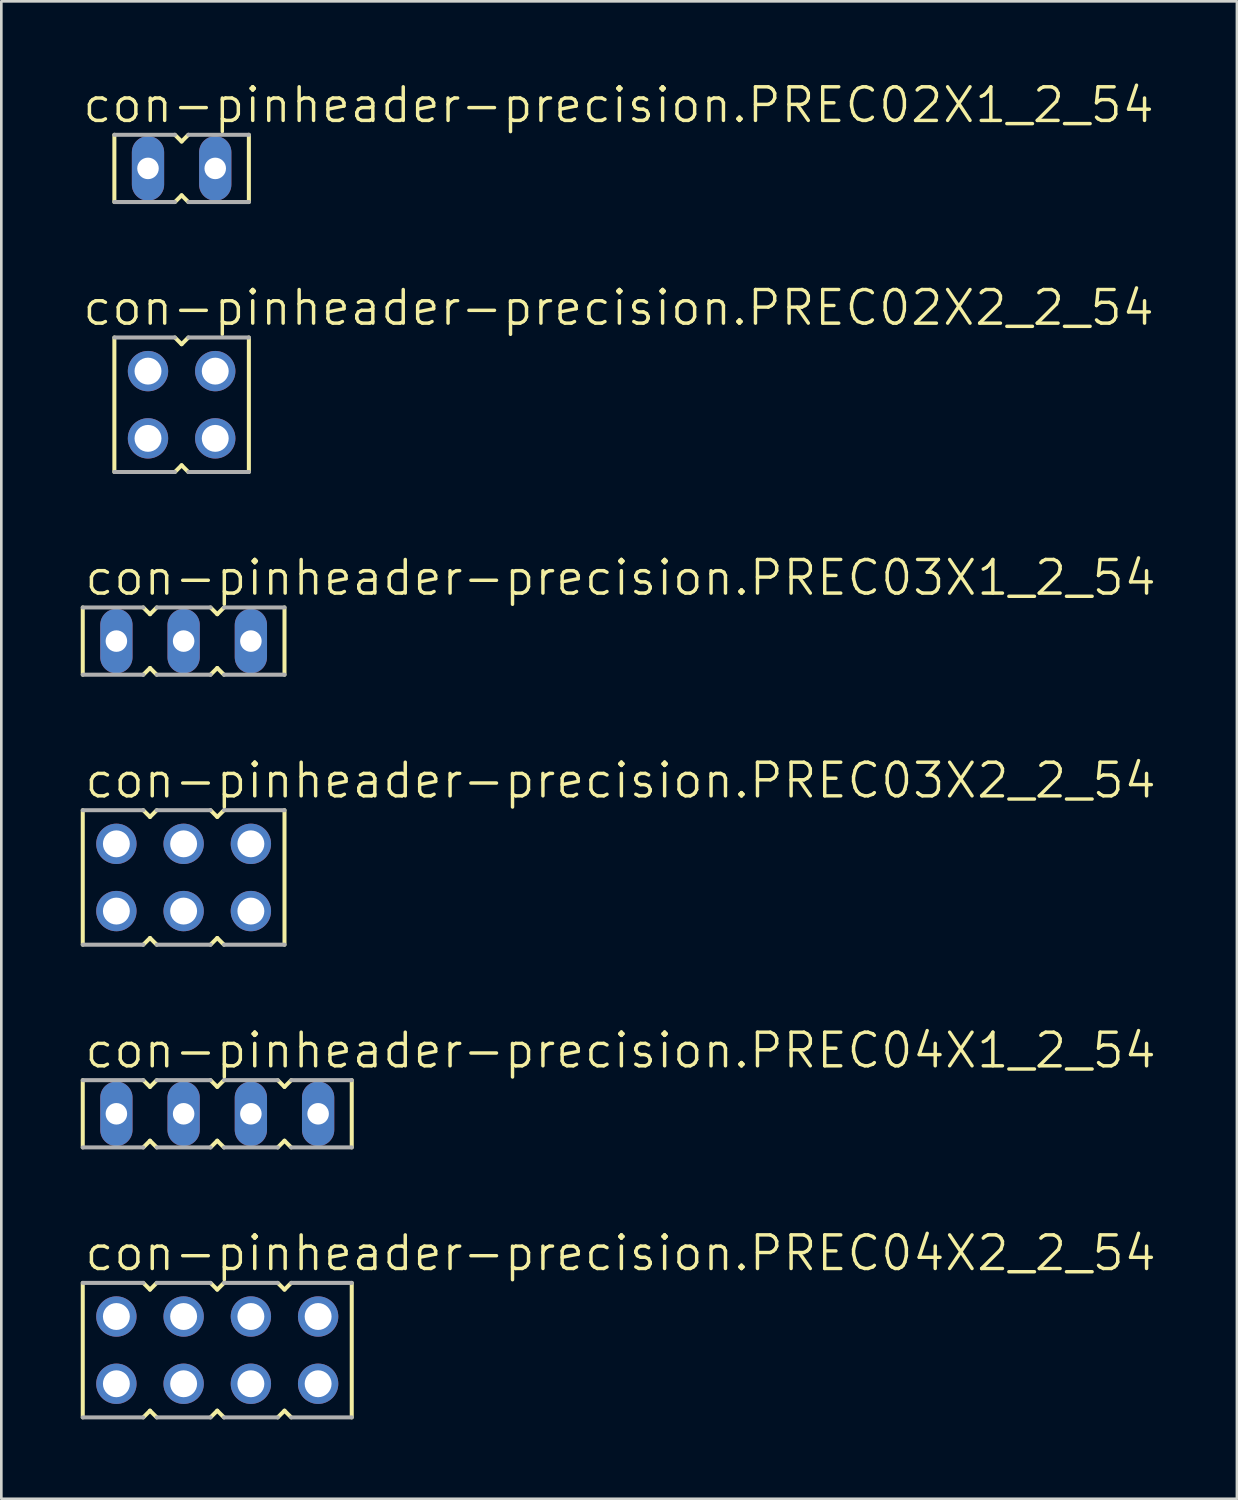
<source format=kicad_pcb>
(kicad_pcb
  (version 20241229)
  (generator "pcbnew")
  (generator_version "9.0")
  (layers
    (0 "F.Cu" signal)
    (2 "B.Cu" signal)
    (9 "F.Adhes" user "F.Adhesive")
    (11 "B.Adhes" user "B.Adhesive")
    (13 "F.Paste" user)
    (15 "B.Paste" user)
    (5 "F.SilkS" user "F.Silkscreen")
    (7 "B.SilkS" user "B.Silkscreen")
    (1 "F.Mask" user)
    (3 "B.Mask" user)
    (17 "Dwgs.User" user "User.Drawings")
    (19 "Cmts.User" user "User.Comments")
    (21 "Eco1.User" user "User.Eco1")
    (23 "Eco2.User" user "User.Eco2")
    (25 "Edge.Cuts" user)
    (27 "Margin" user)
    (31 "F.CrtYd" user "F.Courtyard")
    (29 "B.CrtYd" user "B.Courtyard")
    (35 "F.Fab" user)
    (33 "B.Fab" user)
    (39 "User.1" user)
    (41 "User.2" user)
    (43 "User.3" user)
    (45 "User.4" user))
  (footprint "con-pinheader-precision.PREC04X2_2_54"
    (layer "F.Cu")
    (at 5.156 47.947)
    (property "Reference" "con-pinheader-precision.PREC04X2_2_54" (at -5.08 -2.921 0) (layer "F.SilkS") (effects (font (size 1.27 1.27) (thickness 0.13)) (justify left bottom)))
    (attr through_hole)
    (fp_line (start -5.08 -2.54) (end -5.08 2.54) (stroke (width 0.152) (type default)) (layer "F.SilkS"))
    (fp_line (start -2.794 2.54) (end -2.54 2.286) (stroke (width 0.152) (type default)) (layer "F.SilkS"))
    (fp_line (start -2.54 -2.286) (end -2.794 -2.54) (stroke (width 0.152) (type default)) (layer "F.SilkS"))
    (fp_line (start -2.54 2.286) (end -2.286 2.54) (stroke (width 0.152) (type default)) (layer "F.SilkS"))
    (fp_line (start -2.286 -2.54) (end -2.54 -2.286) (stroke (width 0.152) (type default)) (layer "F.SilkS"))
    (fp_line (start -0.254 2.54) (end 0 2.286) (stroke (width 0.152) (type default)) (layer "F.SilkS"))
    (fp_line (start 0 -2.286) (end -0.254 -2.54) (stroke (width 0.152) (type default)) (layer "F.SilkS"))
    (fp_line (start 0 2.286) (end 0.254 2.54) (stroke (width 0.152) (type default)) (layer "F.SilkS"))
    (fp_line (start 0.254 -2.54) (end 0 -2.286) (stroke (width 0.152) (type default)) (layer "F.SilkS"))
    (fp_line (start 2.286 2.54) (end 2.54 2.286) (stroke (width 0.152) (type default)) (layer "F.SilkS"))
    (fp_line (start 2.54 -2.286) (end 2.286 -2.54) (stroke (width 0.152) (type default)) (layer "F.SilkS"))
    (fp_line (start 2.54 2.286) (end 2.794 2.54) (stroke (width 0.152) (type default)) (layer "F.SilkS"))
    (fp_line (start 2.794 -2.54) (end 2.54 -2.286) (stroke (width 0.152) (type default)) (layer "F.SilkS"))
    (fp_line (start 5.08 2.54) (end 5.08 -2.54) (stroke (width 0.152) (type default)) (layer "F.SilkS"))
    (fp_line (start -5.08 2.54) (end -2.794 2.54) (stroke (width 0.152) (type default)) (layer "F.Fab"))
    (fp_line (start -2.794 -2.54) (end -5.08 -2.54) (stroke (width 0.152) (type default)) (layer "F.Fab"))
    (fp_line (start -2.286 2.54) (end -0.254 2.54) (stroke (width 0.152) (type default)) (layer "F.Fab"))
    (fp_line (start -0.254 -2.54) (end -2.286 -2.54) (stroke (width 0.152) (type default)) (layer "F.Fab"))
    (fp_line (start 0.254 2.54) (end 2.286 2.54) (stroke (width 0.152) (type default)) (layer "F.Fab"))
    (fp_line (start 2.286 -2.54) (end 0.254 -2.54) (stroke (width 0.152) (type default)) (layer "F.Fab"))
    (fp_line (start 2.794 2.54) (end 5.08 2.54) (stroke (width 0.152) (type default)) (layer "F.Fab"))
    (fp_line (start 5.08 -2.54) (end 2.794 -2.54) (stroke (width 0.152) (type default)) (layer "F.Fab"))
    (pad "1" thru_hole circle (at -3.81 -1.27 180) (size 1.524 1.524) (drill 1.016) (layers "*.Cu" "*.Mask"))
    (pad "2" thru_hole circle (at -3.81 1.27 180) (size 1.524 1.524) (drill 1.016) (layers "*.Cu" "*.Mask"))
    (pad "3" thru_hole circle (at -1.27 -1.27 180) (size 1.524 1.524) (drill 1.016) (layers "*.Cu" "*.Mask"))
    (pad "4" thru_hole circle (at -1.27 1.27 180) (size 1.524 1.524) (drill 1.016) (layers "*.Cu" "*.Mask"))
    (pad "5" thru_hole circle (at 1.27 -1.27 180) (size 1.524 1.524) (drill 1.016) (layers "*.Cu" "*.Mask"))
    (pad "6" thru_hole circle (at 1.27 1.27 180) (size 1.524 1.524) (drill 1.016) (layers "*.Cu" "*.Mask"))
    (pad "7" thru_hole circle (at 3.81 -1.27 180) (size 1.524 1.524) (drill 1.016) (layers "*.Cu" "*.Mask"))
    (pad "8" thru_hole circle (at 3.81 1.27 180) (size 1.524 1.524) (drill 1.016) (layers "*.Cu" "*.Mask")))
  (footprint "con-pinheader-precision.PREC03X1_2_54"
    (layer "F.Cu")
    (at 3.886 21.165)
    (property "Reference" "con-pinheader-precision.PREC03X1_2_54" (at -3.81 -1.651 0) (layer "F.SilkS") (effects (font (size 1.27 1.27) (thickness 0.13)) (justify left bottom)))
    (attr through_hole)
    (fp_line (start -3.81 -1.27) (end -3.81 1.27) (stroke (width 0.152) (type default)) (layer "F.SilkS"))
    (fp_line (start -1.524 1.27) (end -1.27 1.016) (stroke (width 0.152) (type default)) (layer "F.SilkS"))
    (fp_line (start -1.27 -1.016) (end -1.524 -1.27) (stroke (width 0.152) (type default)) (layer "F.SilkS"))
    (fp_line (start -1.27 1.016) (end -1.016 1.27) (stroke (width 0.152) (type default)) (layer "F.SilkS"))
    (fp_line (start -1.016 -1.27) (end -1.27 -1.016) (stroke (width 0.152) (type default)) (layer "F.SilkS"))
    (fp_line (start 1.016 1.27) (end 1.27 1.016) (stroke (width 0.152) (type default)) (layer "F.SilkS"))
    (fp_line (start 1.27 -1.016) (end 1.016 -1.27) (stroke (width 0.152) (type default)) (layer "F.SilkS"))
    (fp_line (start 1.27 1.016) (end 1.524 1.27) (stroke (width 0.152) (type default)) (layer "F.SilkS"))
    (fp_line (start 1.524 -1.27) (end 1.27 -1.016) (stroke (width 0.152) (type default)) (layer "F.SilkS"))
    (fp_line (start 3.81 1.27) (end 3.81 -1.27) (stroke (width 0.152) (type default)) (layer "F.SilkS"))
    (fp_line (start -3.81 1.27) (end -1.524 1.27) (stroke (width 0.152) (type default)) (layer "F.Fab"))
    (fp_line (start -1.524 -1.27) (end -3.81 -1.27) (stroke (width 0.152) (type default)) (layer "F.Fab"))
    (fp_line (start -1.016 1.27) (end 1.016 1.27) (stroke (width 0.152) (type default)) (layer "F.Fab"))
    (fp_line (start 1.016 -1.27) (end -1.016 -1.27) (stroke (width 0.152) (type default)) (layer "F.Fab"))
    (fp_line (start 1.524 1.27) (end 3.81 1.27) (stroke (width 0.152) (type default)) (layer "F.Fab"))
    (fp_line (start 3.81 -1.27) (end 1.524 -1.27) (stroke (width 0.152) (type default)) (layer "F.Fab"))
    (pad "1" thru_hole oval (at -2.54 0 90) (size 2.438 1.219) (drill 0.813) (layers "*.Cu" "*.Mask"))
    (pad "2" thru_hole oval (at 0 0 90) (size 2.438 1.219) (drill 0.813) (layers "*.Cu" "*.Mask"))
    (pad "3" thru_hole oval (at 2.54 0 90) (size 2.438 1.219) (drill 0.813) (layers "*.Cu" "*.Mask")))
  (footprint "con-pinheader-precision.PREC04X1_2_54"
    (layer "F.Cu")
    (at 5.156 39.02)
    (property "Reference" "con-pinheader-precision.PREC04X1_2_54" (at -5.08 -1.651 0) (layer "F.SilkS") (effects (font (size 1.27 1.27) (thickness 0.13)) (justify left bottom)))
    (attr through_hole)
    (fp_line (start -5.08 -1.27) (end -5.08 1.27) (stroke (width 0.152) (type default)) (layer "F.SilkS"))
    (fp_line (start -2.794 1.27) (end -2.54 1.016) (stroke (width 0.152) (type default)) (layer "F.SilkS"))
    (fp_line (start -2.54 -1.016) (end -2.794 -1.27) (stroke (width 0.152) (type default)) (layer "F.SilkS"))
    (fp_line (start -2.54 1.016) (end -2.286 1.27) (stroke (width 0.152) (type default)) (layer "F.SilkS"))
    (fp_line (start -2.286 -1.27) (end -2.54 -1.016) (stroke (width 0.152) (type default)) (layer "F.SilkS"))
    (fp_line (start -0.254 1.27) (end 0 1.016) (stroke (width 0.152) (type default)) (layer "F.SilkS"))
    (fp_line (start 0 -1.016) (end -0.254 -1.27) (stroke (width 0.152) (type default)) (layer "F.SilkS"))
    (fp_line (start 0 1.016) (end 0.254 1.27) (stroke (width 0.152) (type default)) (layer "F.SilkS"))
    (fp_line (start 0.254 -1.27) (end 0 -1.016) (stroke (width 0.152) (type default)) (layer "F.SilkS"))
    (fp_line (start 2.286 1.27) (end 2.54 1.016) (stroke (width 0.152) (type default)) (layer "F.SilkS"))
    (fp_line (start 2.54 -1.016) (end 2.286 -1.27) (stroke (width 0.152) (type default)) (layer "F.SilkS"))
    (fp_line (start 2.54 1.016) (end 2.794 1.27) (stroke (width 0.152) (type default)) (layer "F.SilkS"))
    (fp_line (start 2.794 -1.27) (end 2.54 -1.016) (stroke (width 0.152) (type default)) (layer "F.SilkS"))
    (fp_line (start 5.08 1.27) (end 5.08 -1.27) (stroke (width 0.152) (type default)) (layer "F.SilkS"))
    (fp_line (start -5.08 1.27) (end -2.794 1.27) (stroke (width 0.152) (type default)) (layer "F.Fab"))
    (fp_line (start -2.794 -1.27) (end -5.08 -1.27) (stroke (width 0.152) (type default)) (layer "F.Fab"))
    (fp_line (start -2.286 1.27) (end -0.254 1.27) (stroke (width 0.152) (type default)) (layer "F.Fab"))
    (fp_line (start -0.254 -1.27) (end -2.286 -1.27) (stroke (width 0.152) (type default)) (layer "F.Fab"))
    (fp_line (start 0.254 1.27) (end 2.286 1.27) (stroke (width 0.152) (type default)) (layer "F.Fab"))
    (fp_line (start 2.286 -1.27) (end 0.254 -1.27) (stroke (width 0.152) (type default)) (layer "F.Fab"))
    (fp_line (start 2.794 1.27) (end 5.08 1.27) (stroke (width 0.152) (type default)) (layer "F.Fab"))
    (fp_line (start 5.08 -1.27) (end 2.794 -1.27) (stroke (width 0.152) (type default)) (layer "F.Fab"))
    (pad "1" thru_hole oval (at -3.81 0 90) (size 2.438 1.219) (drill 0.813) (layers "*.Cu" "*.Mask"))
    (pad "2" thru_hole oval (at -1.27 0 90) (size 2.438 1.219) (drill 0.813) (layers "*.Cu" "*.Mask"))
    (pad "3" thru_hole oval (at 1.27 0 90) (size 2.438 1.219) (drill 0.813) (layers "*.Cu" "*.Mask"))
    (pad "4" thru_hole oval (at 3.81 0 90) (size 2.438 1.219) (drill 0.813) (layers "*.Cu" "*.Mask")))
  (footprint "con-pinheader-precision.PREC02X2_2_54"
    (layer "F.Cu")
    (at 3.81 12.238)
    (property "Reference" "con-pinheader-precision.PREC02X2_2_54" (at -3.81 -2.921 0) (layer "F.SilkS") (effects (font (size 1.27 1.27) (thickness 0.13)) (justify left bottom)))
    (attr through_hole)
    (fp_line (start -2.54 -2.54) (end -2.54 2.54) (stroke (width 0.152) (type default)) (layer "F.SilkS"))
    (fp_line (start -0.254 2.54) (end 0 2.286) (stroke (width 0.152) (type default)) (layer "F.SilkS"))
    (fp_line (start 0 -2.286) (end -0.254 -2.54) (stroke (width 0.152) (type default)) (layer "F.SilkS"))
    (fp_line (start 0 2.286) (end 0.254 2.54) (stroke (width 0.152) (type default)) (layer "F.SilkS"))
    (fp_line (start 0.254 -2.54) (end 0 -2.286) (stroke (width 0.152) (type default)) (layer "F.SilkS"))
    (fp_line (start 2.54 2.54) (end 2.54 -2.54) (stroke (width 0.152) (type default)) (layer "F.SilkS"))
    (fp_line (start -2.54 2.54) (end -0.254 2.54) (stroke (width 0.152) (type default)) (layer "F.Fab"))
    (fp_line (start -0.254 -2.54) (end -2.54 -2.54) (stroke (width 0.152) (type default)) (layer "F.Fab"))
    (fp_line (start 0.254 2.54) (end 2.54 2.54) (stroke (width 0.152) (type default)) (layer "F.Fab"))
    (fp_line (start 2.54 -2.54) (end 0.254 -2.54) (stroke (width 0.152) (type default)) (layer "F.Fab"))
    (pad "1" thru_hole circle (at -1.27 -1.27 180) (size 1.524 1.524) (drill 1.016) (layers "*.Cu" "*.Mask"))
    (pad "2" thru_hole circle (at -1.27 1.27 180) (size 1.524 1.524) (drill 1.016) (layers "*.Cu" "*.Mask"))
    (pad "3" thru_hole circle (at 1.27 -1.27 180) (size 1.524 1.524) (drill 1.016) (layers "*.Cu" "*.Mask"))
    (pad "4" thru_hole circle (at 1.27 1.27 180) (size 1.524 1.524) (drill 1.016) (layers "*.Cu" "*.Mask")))
  (footprint "con-pinheader-precision.PREC02X1_2_54"
    (layer "F.Cu")
    (at 3.81 3.311)
    (property "Reference" "con-pinheader-precision.PREC02X1_2_54" (at -3.81 -1.651 0) (layer "F.SilkS") (effects (font (size 1.27 1.27) (thickness 0.13)) (justify left bottom)))
    (attr through_hole)
    (fp_line (start -2.54 -1.27) (end -2.54 1.27) (stroke (width 0.152) (type default)) (layer "F.SilkS"))
    (fp_line (start -0.254 1.27) (end 0 1.016) (stroke (width 0.152) (type default)) (layer "F.SilkS"))
    (fp_line (start 0 -1.016) (end -0.254 -1.27) (stroke (width 0.152) (type default)) (layer "F.SilkS"))
    (fp_line (start 0 1.016) (end 0.254 1.27) (stroke (width 0.152) (type default)) (layer "F.SilkS"))
    (fp_line (start 0.254 -1.27) (end 0 -1.016) (stroke (width 0.152) (type default)) (layer "F.SilkS"))
    (fp_line (start 2.54 1.27) (end 2.54 -1.27) (stroke (width 0.152) (type default)) (layer "F.SilkS"))
    (fp_line (start -2.54 1.27) (end -0.254 1.27) (stroke (width 0.152) (type default)) (layer "F.Fab"))
    (fp_line (start -0.254 -1.27) (end -2.54 -1.27) (stroke (width 0.152) (type default)) (layer "F.Fab"))
    (fp_line (start 0.254 1.27) (end 2.54 1.27) (stroke (width 0.152) (type default)) (layer "F.Fab"))
    (fp_line (start 2.54 -1.27) (end 0.254 -1.27) (stroke (width 0.152) (type default)) (layer "F.Fab"))
    (pad "1" thru_hole oval (at -1.27 0 90) (size 2.438 1.219) (drill 0.813) (layers "*.Cu" "*.Mask"))
    (pad "2" thru_hole oval (at 1.27 0 90) (size 2.438 1.219) (drill 0.813) (layers "*.Cu" "*.Mask")))
  (footprint "con-pinheader-precision.PREC03X2_2_54"
    (layer "F.Cu")
    (at 3.886 30.093)
    (property "Reference" "con-pinheader-precision.PREC03X2_2_54" (at -3.81 -2.921 0) (layer "F.SilkS") (effects (font (size 1.27 1.27) (thickness 0.13)) (justify left bottom)))
    (attr through_hole)
    (fp_line (start -3.81 -2.54) (end -3.81 2.54) (stroke (width 0.152) (type default)) (layer "F.SilkS"))
    (fp_line (start -1.524 2.54) (end -1.27 2.286) (stroke (width 0.152) (type default)) (layer "F.SilkS"))
    (fp_line (start -1.27 -2.286) (end -1.524 -2.54) (stroke (width 0.152) (type default)) (layer "F.SilkS"))
    (fp_line (start -1.27 2.286) (end -1.016 2.54) (stroke (width 0.152) (type default)) (layer "F.SilkS"))
    (fp_line (start -1.016 -2.54) (end -1.27 -2.286) (stroke (width 0.152) (type default)) (layer "F.SilkS"))
    (fp_line (start 1.016 2.54) (end 1.27 2.286) (stroke (width 0.152) (type default)) (layer "F.SilkS"))
    (fp_line (start 1.27 -2.286) (end 1.016 -2.54) (stroke (width 0.152) (type default)) (layer "F.SilkS"))
    (fp_line (start 1.27 2.286) (end 1.524 2.54) (stroke (width 0.152) (type default)) (layer "F.SilkS"))
    (fp_line (start 1.524 -2.54) (end 1.27 -2.286) (stroke (width 0.152) (type default)) (layer "F.SilkS"))
    (fp_line (start 3.81 2.54) (end 3.81 -2.54) (stroke (width 0.152) (type default)) (layer "F.SilkS"))
    (fp_line (start -3.81 2.54) (end -1.524 2.54) (stroke (width 0.152) (type default)) (layer "F.Fab"))
    (fp_line (start -1.524 -2.54) (end -3.81 -2.54) (stroke (width 0.152) (type default)) (layer "F.Fab"))
    (fp_line (start -1.016 2.54) (end 1.016 2.54) (stroke (width 0.152) (type default)) (layer "F.Fab"))
    (fp_line (start 1.016 -2.54) (end -1.016 -2.54) (stroke (width 0.152) (type default)) (layer "F.Fab"))
    (fp_line (start 1.524 2.54) (end 3.81 2.54) (stroke (width 0.152) (type default)) (layer "F.Fab"))
    (fp_line (start 3.81 -2.54) (end 1.524 -2.54) (stroke (width 0.152) (type default)) (layer "F.Fab"))
    (pad "1" thru_hole circle (at -2.54 -1.27 180) (size 1.524 1.524) (drill 1.016) (layers "*.Cu" "*.Mask"))
    (pad "2" thru_hole circle (at -2.54 1.27 180) (size 1.524 1.524) (drill 1.016) (layers "*.Cu" "*.Mask"))
    (pad "3" thru_hole circle (at 0 -1.27 180) (size 1.524 1.524) (drill 1.016) (layers "*.Cu" "*.Mask"))
    (pad "4" thru_hole circle (at 0 1.27 180) (size 1.524 1.524) (drill 1.016) (layers "*.Cu" "*.Mask"))
    (pad "5" thru_hole circle (at 2.54 -1.27 180) (size 1.524 1.524) (drill 1.016) (layers "*.Cu" "*.Mask"))
    (pad "6" thru_hole circle (at 2.54 1.27 180) (size 1.524 1.524) (drill 1.016) (layers "*.Cu" "*.Mask")))
  (gr_rect
    (start -3 -3)
    (end 43.671 53.563)
    (stroke (width 0.1) (type default))
    (fill no)
    (layer "Edge.Cuts")))
</source>
